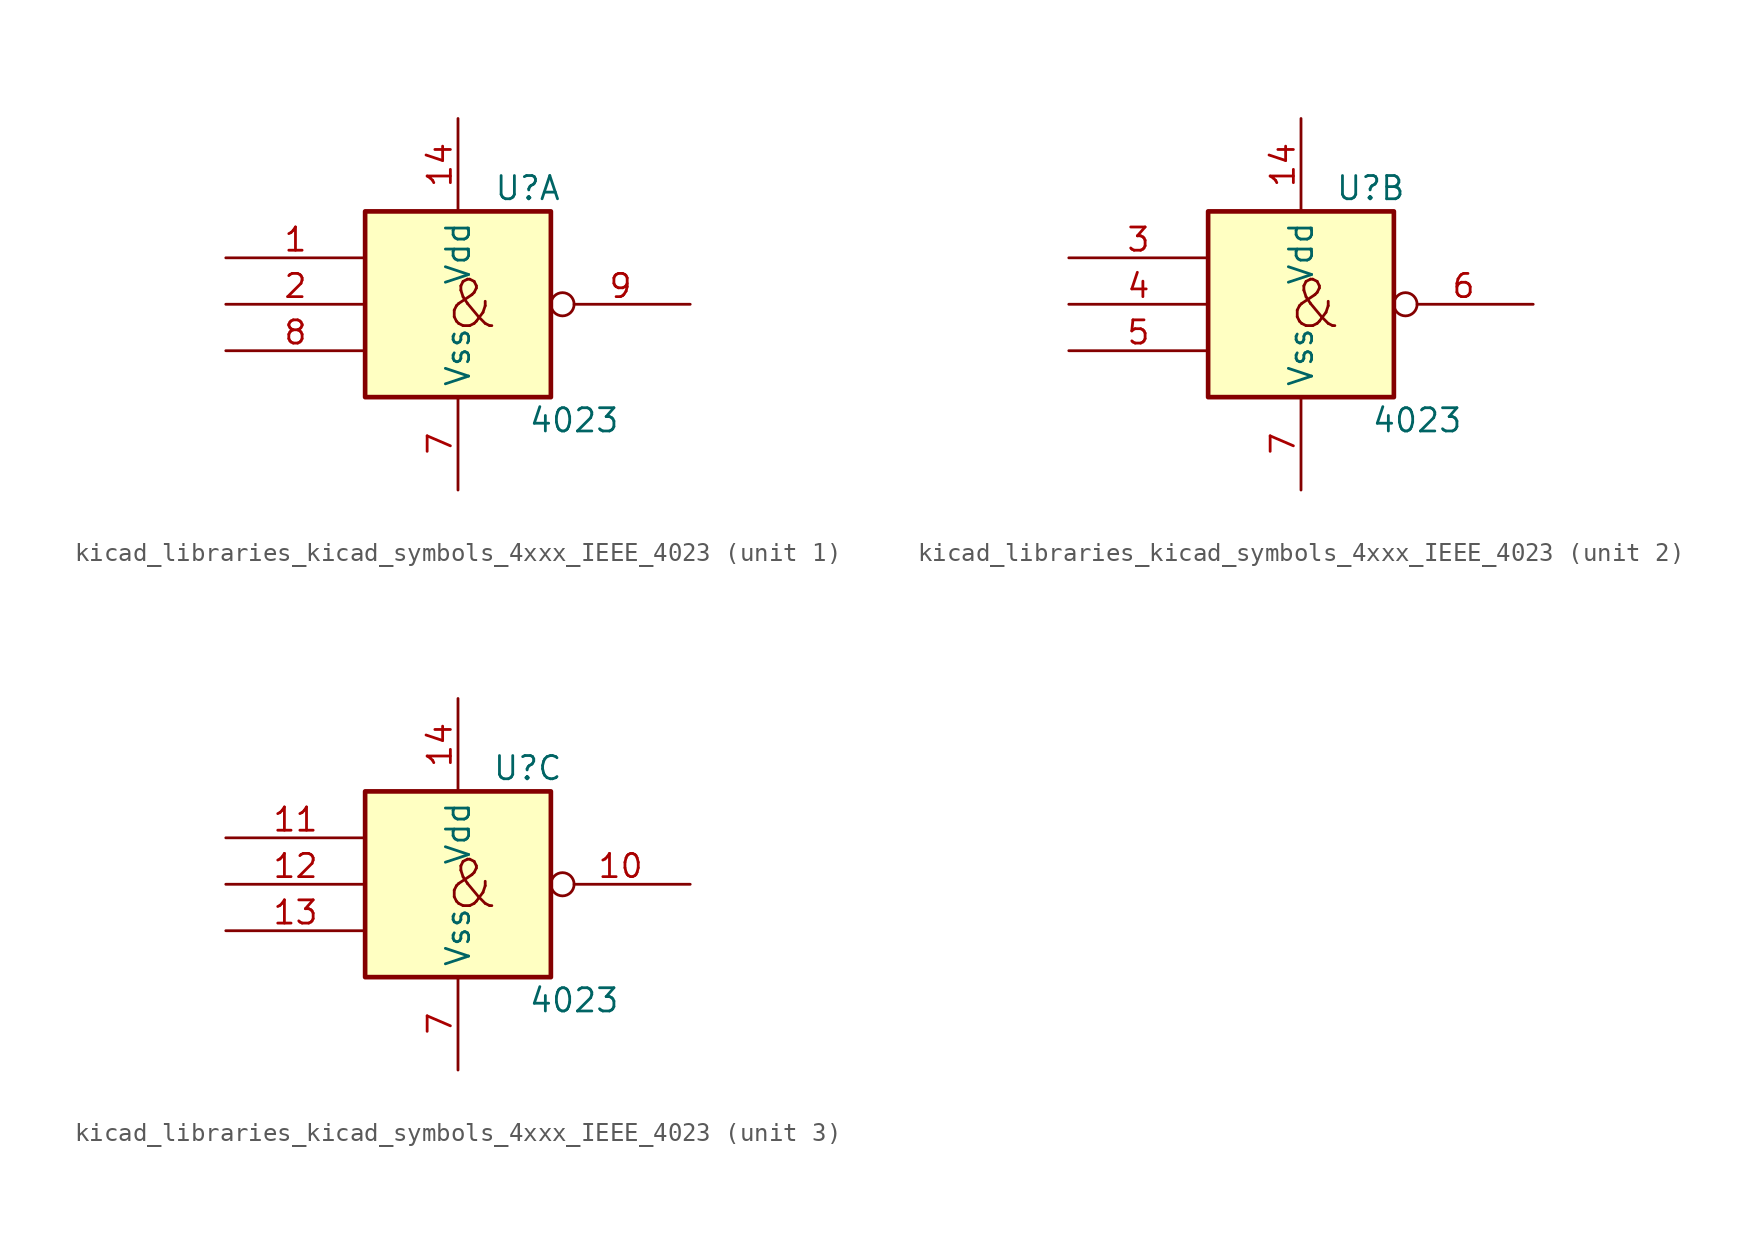
<source format=kicad_sym>
(kicad_symbol_lib
  (version 20220914)
  (generator kicad_symbol_editor)
  (symbol "kicad_libraries_kicad_symbols_4xxx_IEEE_4023"
    (property "Reference" "U"
      (at 3.81 6.35 0)
      (effects (font (size 1.27 1.27))))
    (property "Value" "4023"
      (at 6.35 -6.35 0)
      (effects (font (size 1.27 1.27))))
    (symbol "kicad_libraries_kicad_symbols_4xxx_IEEE_4023_0_0"
      (rectangle (start -5.08 5.08) (end 5.08 -5.08) (stroke (width 0.254) (type default)) (fill (type background)))
      (text "&" (at 0.762 0 0) (effects (font (size 2.54 2.54)))))
    (symbol "kicad_libraries_kicad_symbols_4xxx_IEEE_4023_0_1"
      (pin power_in line (at 0 10.16 270) (length 5.08) (name "Vdd" (effects (font (size 1.27 1.27)))) (number "14" (effects (font (size 1.27 1.27)))))
      (pin power_in line (at 0 -10.16 90) (length 5.08) (name "Vss" (effects (font (size 1.27 1.27)))) (number "7" (effects (font (size 1.27 1.27))))))
    (symbol "kicad_libraries_kicad_symbols_4xxx_IEEE_4023_1_1"
      (pin input line (at -12.7 2.54 0) (length 7.62) (name "~" (effects (font (size 1.27 1.27)))) (number "1" (effects (font (size 1.27 1.27)))))
      (pin input line (at -12.7 0 0) (length 7.62) (name "~" (effects (font (size 1.27 1.27)))) (number "2" (effects (font (size 1.27 1.27)))))
      (pin input line (at -12.7 -2.54 0) (length 7.62) (name "~" (effects (font (size 1.27 1.27)))) (number "8" (effects (font (size 1.27 1.27)))))
      (pin output inverted (at 12.7 0 180) (length 7.62) (name "~" (effects (font (size 1.27 1.27)))) (number "9" (effects (font (size 1.27 1.27))))))
    (symbol "kicad_libraries_kicad_symbols_4xxx_IEEE_4023_2_1"
      (pin input line (at -12.7 2.54 0) (length 7.62) (name "~" (effects (font (size 1.27 1.27)))) (number "3" (effects (font (size 1.27 1.27)))))
      (pin input line (at -12.7 0 0) (length 7.62) (name "~" (effects (font (size 1.27 1.27)))) (number "4" (effects (font (size 1.27 1.27)))))
      (pin input line (at -12.7 -2.54 0) (length 7.62) (name "~" (effects (font (size 1.27 1.27)))) (number "5" (effects (font (size 1.27 1.27)))))
      (pin output inverted (at 12.7 0 180) (length 7.62) (name "~" (effects (font (size 1.27 1.27)))) (number "6" (effects (font (size 1.27 1.27))))))
    (symbol "kicad_libraries_kicad_symbols_4xxx_IEEE_4023_3_1"
      (pin output inverted (at 12.7 0 180) (length 7.62) (name "~" (effects (font (size 1.27 1.27)))) (number "10" (effects (font (size 1.27 1.27)))))
      (pin input line (at -12.7 2.54 0) (length 7.62) (name "~" (effects (font (size 1.27 1.27)))) (number "11" (effects (font (size 1.27 1.27)))))
      (pin input line (at -12.7 0 0) (length 7.62) (name "~" (effects (font (size 1.27 1.27)))) (number "12" (effects (font (size 1.27 1.27)))))
      (pin input line (at -12.7 -2.54 0) (length 7.62) (name "~" (effects (font (size 1.27 1.27)))) (number "13" (effects (font (size 1.27 1.27))))))))
</source>
